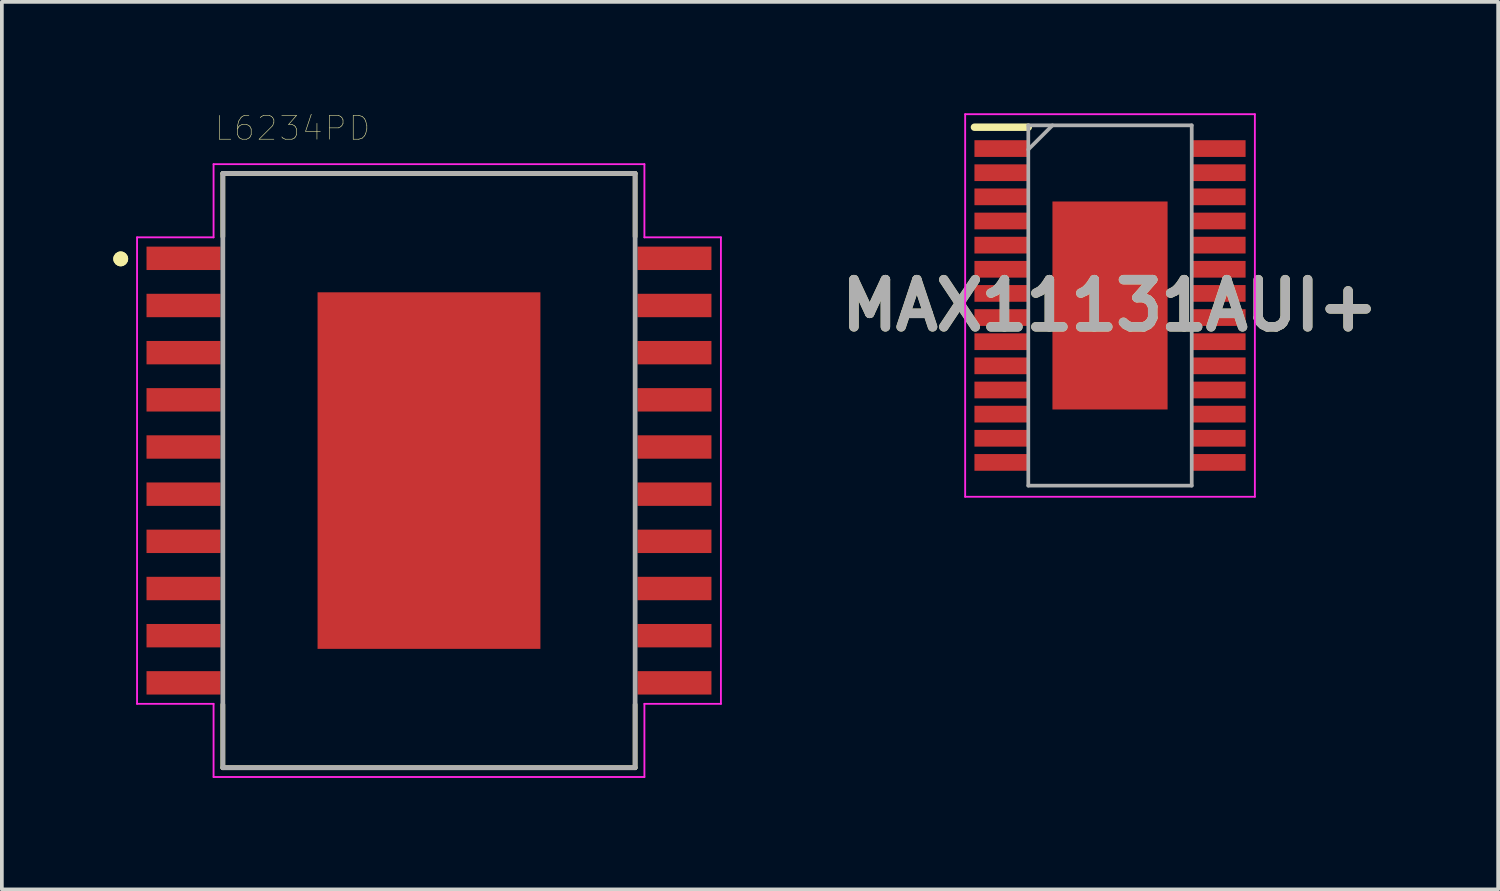
<source format=kicad_pcb>
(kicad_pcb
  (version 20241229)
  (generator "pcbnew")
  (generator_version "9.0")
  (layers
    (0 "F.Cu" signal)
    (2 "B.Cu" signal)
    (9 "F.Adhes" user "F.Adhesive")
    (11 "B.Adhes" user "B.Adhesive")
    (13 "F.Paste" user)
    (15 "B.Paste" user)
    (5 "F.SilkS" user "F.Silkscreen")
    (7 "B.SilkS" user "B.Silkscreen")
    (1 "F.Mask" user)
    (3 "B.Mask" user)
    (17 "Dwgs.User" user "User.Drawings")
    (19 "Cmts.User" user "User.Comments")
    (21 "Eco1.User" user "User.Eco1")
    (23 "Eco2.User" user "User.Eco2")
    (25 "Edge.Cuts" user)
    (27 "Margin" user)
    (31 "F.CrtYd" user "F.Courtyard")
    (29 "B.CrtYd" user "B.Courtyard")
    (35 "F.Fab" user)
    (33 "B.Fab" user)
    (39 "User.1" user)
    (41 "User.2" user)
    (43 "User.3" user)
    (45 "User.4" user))
  (footprint "MAX11131AUI+"
    (layer "F.Cu")
    (at 26.836 5.175)
    (property "Reference" "MAX11131AUI+" (at 0 0 0) (layer "F.SilkS") (effects (font (size 1.27 1.27) (thickness 0.254))))
    (attr smd)
    (fp_line (start -3.65 -4.8) (end -2.2 -4.8) (stroke (width 0.2) (type solid)) (layer "F.SilkS"))
    (fp_line (start -3.9 -5.15) (end 3.9 -5.15) (stroke (width 0.05) (type solid)) (layer "F.CrtYd"))
    (fp_line (start -3.9 5.15) (end -3.9 -5.15) (stroke (width 0.05) (type solid)) (layer "F.CrtYd"))
    (fp_line (start 3.9 -5.15) (end 3.9 5.15) (stroke (width 0.05) (type solid)) (layer "F.CrtYd"))
    (fp_line (start 3.9 5.15) (end -3.9 5.15) (stroke (width 0.05) (type solid)) (layer "F.CrtYd"))
    (fp_line (start -2.2 -4.85) (end 2.2 -4.85) (stroke (width 0.1) (type solid)) (layer "F.Fab"))
    (fp_line (start -2.2 -4.2) (end -1.55 -4.85) (stroke (width 0.1) (type solid)) (layer "F.Fab"))
    (fp_line (start -2.2 4.85) (end -2.2 -4.85) (stroke (width 0.1) (type solid)) (layer "F.Fab"))
    (fp_line (start 2.2 -4.85) (end 2.2 4.85) (stroke (width 0.1) (type solid)) (layer "F.Fab"))
    (fp_line (start 2.2 4.85) (end -2.2 4.85) (stroke (width 0.1) (type solid)) (layer "F.Fab"))
    (fp_text user "${REFERENCE}" (at 0 0 0) (layer "F.Fab") (effects (font (size 1.27 1.27) (thickness 0.254))))
    (pad "1" smd rect (at -2.925 -4.225 90) (size 0.45 1.45) (layers "F.Cu" "F.Mask" "F.Paste"))
    (pad "2" smd rect (at -2.925 -3.575 90) (size 0.45 1.45) (layers "F.Cu" "F.Mask" "F.Paste"))
    (pad "3" smd rect (at -2.925 -2.925 90) (size 0.45 1.45) (layers "F.Cu" "F.Mask" "F.Paste"))
    (pad "4" smd rect (at -2.925 -2.275 90) (size 0.45 1.45) (layers "F.Cu" "F.Mask" "F.Paste"))
    (pad "5" smd rect (at -2.925 -1.625 90) (size 0.45 1.45) (layers "F.Cu" "F.Mask" "F.Paste"))
    (pad "6" smd rect (at -2.925 -0.975 90) (size 0.45 1.45) (layers "F.Cu" "F.Mask" "F.Paste"))
    (pad "7" smd rect (at -2.925 -0.325 90) (size 0.45 1.45) (layers "F.Cu" "F.Mask" "F.Paste"))
    (pad "8" smd rect (at -2.925 0.325 90) (size 0.45 1.45) (layers "F.Cu" "F.Mask" "F.Paste"))
    (pad "9" smd rect (at -2.925 0.975 90) (size 0.45 1.45) (layers "F.Cu" "F.Mask" "F.Paste"))
    (pad "10" smd rect (at -2.925 1.625 90) (size 0.45 1.45) (layers "F.Cu" "F.Mask" "F.Paste"))
    (pad "11" smd rect (at -2.925 2.275 90) (size 0.45 1.45) (layers "F.Cu" "F.Mask" "F.Paste"))
    (pad "12" smd rect (at -2.925 2.925 90) (size 0.45 1.45) (layers "F.Cu" "F.Mask" "F.Paste"))
    (pad "13" smd rect (at -2.925 3.575 90) (size 0.45 1.45) (layers "F.Cu" "F.Mask" "F.Paste"))
    (pad "14" smd rect (at -2.925 4.225 90) (size 0.45 1.45) (layers "F.Cu" "F.Mask" "F.Paste"))
    (pad "15" smd rect (at 2.925 4.225 90) (size 0.45 1.45) (layers "F.Cu" "F.Mask" "F.Paste"))
    (pad "16" smd rect (at 2.925 3.575 90) (size 0.45 1.45) (layers "F.Cu" "F.Mask" "F.Paste"))
    (pad "17" smd rect (at 2.925 2.925 90) (size 0.45 1.45) (layers "F.Cu" "F.Mask" "F.Paste"))
    (pad "18" smd rect (at 2.925 2.275 90) (size 0.45 1.45) (layers "F.Cu" "F.Mask" "F.Paste"))
    (pad "19" smd rect (at 2.925 1.625 90) (size 0.45 1.45) (layers "F.Cu" "F.Mask" "F.Paste"))
    (pad "20" smd rect (at 2.925 0.975 90) (size 0.45 1.45) (layers "F.Cu" "F.Mask" "F.Paste"))
    (pad "21" smd rect (at 2.925 0.325 90) (size 0.45 1.45) (layers "F.Cu" "F.Mask" "F.Paste"))
    (pad "22" smd rect (at 2.925 -0.325 90) (size 0.45 1.45) (layers "F.Cu" "F.Mask" "F.Paste"))
    (pad "23" smd rect (at 2.925 -0.975 90) (size 0.45 1.45) (layers "F.Cu" "F.Mask" "F.Paste"))
    (pad "24" smd rect (at 2.925 -1.625 90) (size 0.45 1.45) (layers "F.Cu" "F.Mask" "F.Paste"))
    (pad "25" smd rect (at 2.925 -2.275 90) (size 0.45 1.45) (layers "F.Cu" "F.Mask" "F.Paste"))
    (pad "26" smd rect (at 2.925 -2.925 90) (size 0.45 1.45) (layers "F.Cu" "F.Mask" "F.Paste"))
    (pad "27" smd rect (at 2.925 -3.575 90) (size 0.45 1.45) (layers "F.Cu" "F.Mask" "F.Paste"))
    (pad "28" smd rect (at 2.925 -4.225 90) (size 0.45 1.45) (layers "F.Cu" "F.Mask" "F.Paste"))
    (pad "29" smd rect (at 0 0) (size 3.1 5.6) (layers "F.Cu" "F.Mask" "F.Paste")))
  (footprint "L6234PD"
    (layer "F.Cu")
    (at 8.5 9.62)
    (property "Reference" "L6234PD" (at -3.673 -9.218 0) (layer "F.SilkS") (effects (font (size 0.641 0.641) (thickness 0.015))))
    (attr through_hole)
    (fp_line (start -5.55 -8) (end 5.55 -8) (stroke (width 0.127) (type solid)) (layer "F.SilkS"))
    (fp_line (start -5.55 -6.3) (end -5.55 -8) (stroke (width 0.127) (type solid)) (layer "F.SilkS"))
    (fp_line (start -5.55 6.3) (end -5.55 8) (stroke (width 0.127) (type solid)) (layer "F.SilkS"))
    (fp_line (start -5.55 8) (end 5.55 8) (stroke (width 0.127) (type solid)) (layer "F.SilkS"))
    (fp_line (start 5.55 -8) (end 5.55 -6.3) (stroke (width 0.127) (type solid)) (layer "F.SilkS"))
    (fp_line (start 5.55 8) (end 5.55 6.3) (stroke (width 0.127) (type solid)) (layer "F.SilkS"))
    (fp_circle (center -8.3 -5.7) (end -8.2 -5.7) (stroke (width 0.2) (type solid)) (fill no) (layer "F.SilkS"))
    (fp_circle (center -8.3 -5.7) (end -8.2 -5.7) (stroke (width 0.2) (type solid)) (fill no) (layer "F.SilkS"))
    (fp_poly (pts (xy -1.901 -3) (xy 1.9 -3) (xy 1.9 3.001) (xy -1.901 3.001)) (stroke (width 0.01) (type solid)) (fill yes) (layer "F.Paste"))
    (fp_line (start -7.86 -6.28) (end -5.8 -6.28) (stroke (width 0.05) (type solid)) (layer "F.CrtYd"))
    (fp_line (start -7.86 6.28) (end -7.86 -6.28) (stroke (width 0.05) (type solid)) (layer "F.CrtYd"))
    (fp_line (start -5.8 -8.25) (end 5.8 -8.25) (stroke (width 0.05) (type solid)) (layer "F.CrtYd"))
    (fp_line (start -5.8 -6.28) (end -5.8 -8.25) (stroke (width 0.05) (type solid)) (layer "F.CrtYd"))
    (fp_line (start -5.8 6.28) (end -7.86 6.28) (stroke (width 0.05) (type solid)) (layer "F.CrtYd"))
    (fp_line (start -5.8 8.25) (end -5.8 6.28) (stroke (width 0.05) (type solid)) (layer "F.CrtYd"))
    (fp_line (start 5.8 -8.25) (end 5.8 -6.28) (stroke (width 0.05) (type solid)) (layer "F.CrtYd"))
    (fp_line (start 5.8 -6.28) (end 7.86 -6.28) (stroke (width 0.05) (type solid)) (layer "F.CrtYd"))
    (fp_line (start 5.8 6.28) (end 5.8 8.25) (stroke (width 0.05) (type solid)) (layer "F.CrtYd"))
    (fp_line (start 5.8 8.25) (end -5.8 8.25) (stroke (width 0.05) (type solid)) (layer "F.CrtYd"))
    (fp_line (start 7.86 -6.28) (end 7.86 6.28) (stroke (width 0.05) (type solid)) (layer "F.CrtYd"))
    (fp_line (start 7.86 6.28) (end 5.8 6.28) (stroke (width 0.05) (type solid)) (layer "F.CrtYd"))
    (fp_line (start -5.55 -8) (end 5.55 -8) (stroke (width 0.127) (type solid)) (layer "F.Fab"))
    (fp_line (start -5.55 8) (end -5.55 -8) (stroke (width 0.127) (type solid)) (layer "F.Fab"))
    (fp_line (start 5.55 -8) (end 5.55 8) (stroke (width 0.127) (type solid)) (layer "F.Fab"))
    (fp_line (start 5.55 8) (end -5.55 8) (stroke (width 0.127) (type solid)) (layer "F.Fab"))
    (pad "1" smd rect (at -6.61 -5.715) (size 1.99 0.63) (layers "F.Cu" "F.Mask" "F.Paste"))
    (pad "2" smd rect (at -6.61 -4.445) (size 1.99 0.63) (layers "F.Cu" "F.Mask" "F.Paste"))
    (pad "3" smd rect (at -6.61 -3.175) (size 1.99 0.63) (layers "F.Cu" "F.Mask" "F.Paste"))
    (pad "4" smd rect (at -6.61 -1.905) (size 1.99 0.63) (layers "F.Cu" "F.Mask" "F.Paste"))
    (pad "5" smd rect (at -6.61 -0.635) (size 1.99 0.63) (layers "F.Cu" "F.Mask" "F.Paste"))
    (pad "6" smd rect (at -6.61 0.635) (size 1.99 0.63) (layers "F.Cu" "F.Mask" "F.Paste"))
    (pad "7" smd rect (at -6.61 1.905) (size 1.99 0.63) (layers "F.Cu" "F.Mask" "F.Paste"))
    (pad "8" smd rect (at -6.61 3.175) (size 1.99 0.63) (layers "F.Cu" "F.Mask" "F.Paste"))
    (pad "9" smd rect (at -6.61 4.445) (size 1.99 0.63) (layers "F.Cu" "F.Mask" "F.Paste"))
    (pad "10" smd rect (at -6.61 5.715) (size 1.99 0.63) (layers "F.Cu" "F.Mask" "F.Paste"))
    (pad "11" smd rect (at 6.61 5.715) (size 1.99 0.63) (layers "F.Cu" "F.Mask" "F.Paste"))
    (pad "12" smd rect (at 6.61 4.445) (size 1.99 0.63) (layers "F.Cu" "F.Mask" "F.Paste"))
    (pad "13" smd rect (at 6.61 3.175) (size 1.99 0.63) (layers "F.Cu" "F.Mask" "F.Paste"))
    (pad "14" smd rect (at 6.61 1.905) (size 1.99 0.63) (layers "F.Cu" "F.Mask" "F.Paste"))
    (pad "15" smd rect (at 6.61 0.635) (size 1.99 0.63) (layers "F.Cu" "F.Mask" "F.Paste"))
    (pad "16" smd rect (at 6.61 -0.635) (size 1.99 0.63) (layers "F.Cu" "F.Mask" "F.Paste"))
    (pad "17" smd rect (at 6.61 -1.905) (size 1.99 0.63) (layers "F.Cu" "F.Mask" "F.Paste"))
    (pad "18" smd rect (at 6.61 -3.175) (size 1.99 0.63) (layers "F.Cu" "F.Mask" "F.Paste"))
    (pad "19" smd rect (at 6.61 -4.445) (size 1.99 0.63) (layers "F.Cu" "F.Mask" "F.Paste"))
    (pad "20" smd rect (at 6.61 -5.715) (size 1.99 0.63) (layers "F.Cu" "F.Mask" "F.Paste"))
    (pad "21" smd rect (at 0 0) (size 6 9.6) (layers "F.Cu" "F.Mask")))
  (gr_rect
    (start -3 -3)
    (end 37.286 20.895)
    (stroke (width 0.1) (type default))
    (fill no)
    (layer "Edge.Cuts")))
</source>
